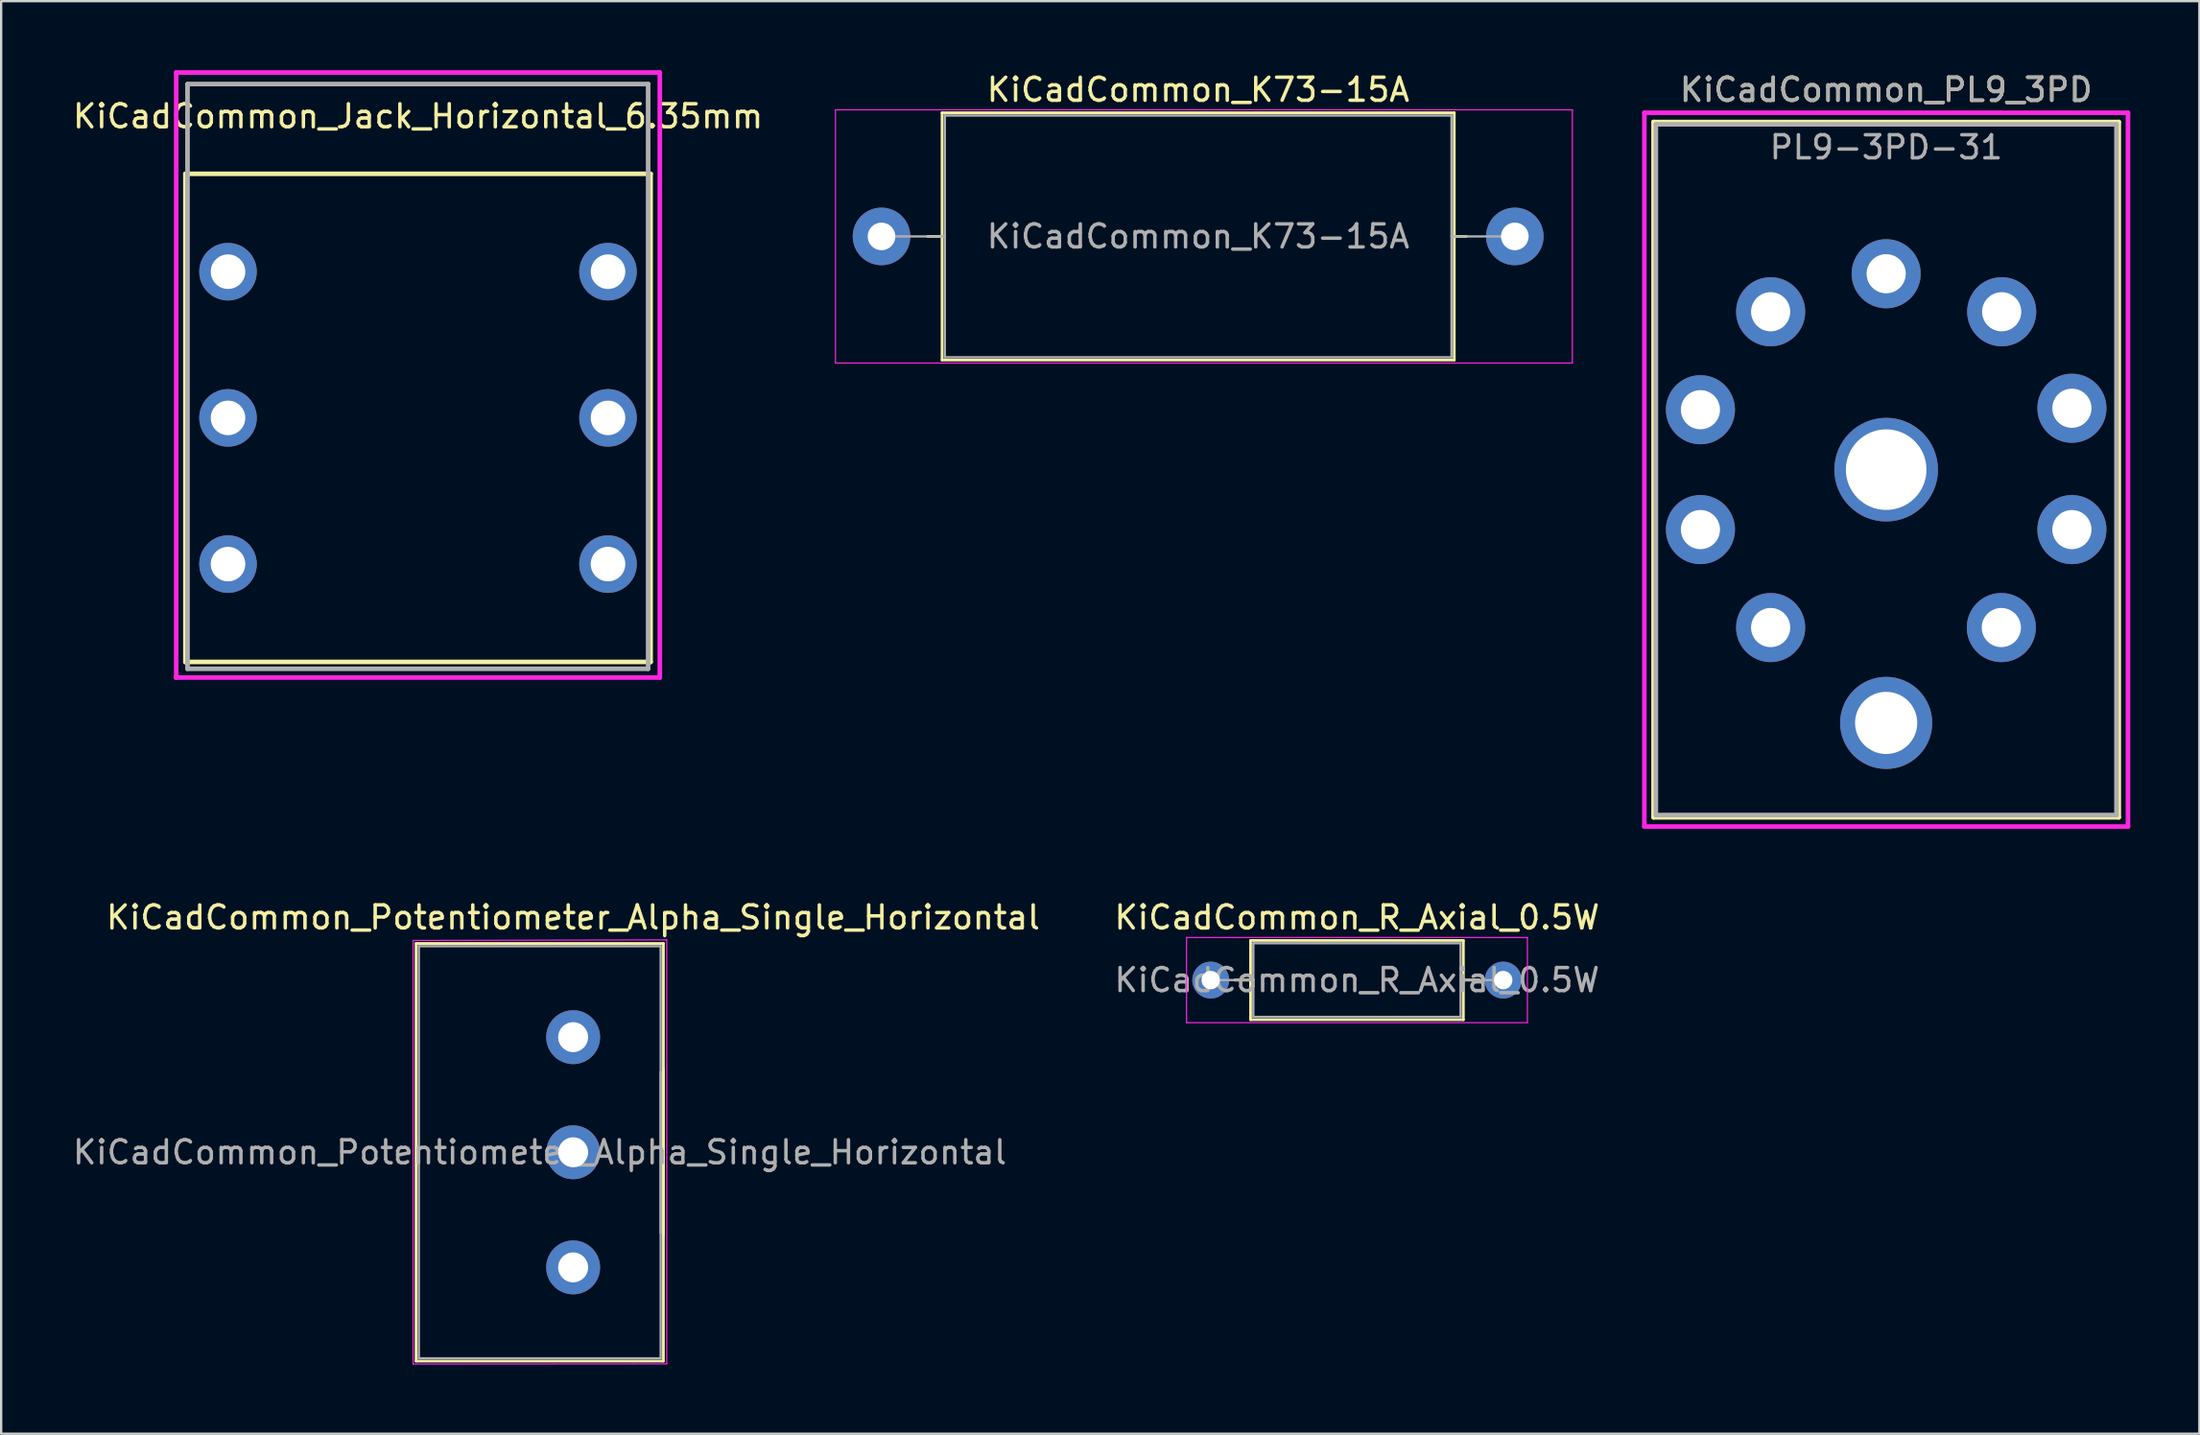
<source format=kicad_pcb>
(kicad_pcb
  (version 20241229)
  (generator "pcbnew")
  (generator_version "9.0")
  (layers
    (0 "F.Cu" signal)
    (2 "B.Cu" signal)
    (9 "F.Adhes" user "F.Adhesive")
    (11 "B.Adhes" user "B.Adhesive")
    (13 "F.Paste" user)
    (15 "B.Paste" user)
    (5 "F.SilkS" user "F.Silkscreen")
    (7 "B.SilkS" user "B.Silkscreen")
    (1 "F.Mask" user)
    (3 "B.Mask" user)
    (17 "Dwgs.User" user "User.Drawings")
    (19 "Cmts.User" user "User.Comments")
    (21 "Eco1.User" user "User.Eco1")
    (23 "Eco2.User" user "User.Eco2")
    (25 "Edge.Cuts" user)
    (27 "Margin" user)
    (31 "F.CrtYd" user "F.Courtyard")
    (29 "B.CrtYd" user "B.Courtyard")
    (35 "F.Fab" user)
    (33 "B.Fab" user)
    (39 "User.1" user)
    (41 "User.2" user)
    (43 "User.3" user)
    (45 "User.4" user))
  (footprint "KiCadCommon_PL9_3PD"
    (layer "F.Cu")
    (at 78.852 17.348)
    (property "Reference" "KiCadCommon_PL9_3PD" (at 0 -16.5 0) (layer "F.SilkS") (effects (font (size 1 1) (thickness 0.15))))
    (attr through_hole)
    (fp_line (start -10.1 -15.1) (end -10.1 15.1) (stroke (width 0.2) (type solid)) (layer "F.SilkS"))
    (fp_line (start -10.1 15.1) (end 10.1 15.1) (stroke (width 0.2) (type solid)) (layer "F.SilkS"))
    (fp_line (start 10.1 -15.1) (end -10.1 -15.1) (stroke (width 0.2) (type solid)) (layer "F.SilkS"))
    (fp_line (start 10.1 15.1) (end 10.1 -15.1) (stroke (width 0.2) (type solid)) (layer "F.SilkS"))
    (fp_line (start -10.5 -15.5) (end -10.5 15.5) (stroke (width 0.2) (type solid)) (layer "F.CrtYd"))
    (fp_line (start -10.5 15.5) (end 10.5 15.5) (stroke (width 0.2) (type solid)) (layer "F.CrtYd"))
    (fp_line (start 10.5 -15.5) (end -10.5 -15.5) (stroke (width 0.2) (type solid)) (layer "F.CrtYd"))
    (fp_line (start 10.5 15.5) (end 10.5 -15.5) (stroke (width 0.2) (type solid)) (layer "F.CrtYd"))
    (fp_line (start -10 -15) (end -10 15) (stroke (width 0.2) (type solid)) (layer "F.Fab"))
    (fp_line (start -10 15) (end 10 15) (stroke (width 0.2) (type solid)) (layer "F.Fab"))
    (fp_line (start 10 -15) (end -10 -15) (stroke (width 0.2) (type solid)) (layer "F.Fab"))
    (fp_line (start 10 15) (end 10 -15) (stroke (width 0.2) (type solid)) (layer "F.Fab"))
    (fp_text user "${REFERENCE}" (at 0 -16.5 0) (layer "F.Fab") (effects (font (size 1 1) (thickness 0.15))))
    (fp_text user "PL9-3PD-31" (at 0 -14 0) (layer "F.Fab") (effects (font (size 1 1) (thickness 0.15))))
    (pad "1" thru_hole circle (at 5 6.858) (size 3 3) (drill 1.7) (layers "*.Cu" "*.Mask"))
    (pad "2" thru_hole circle (at 8.065 2.603) (size 3 3) (drill 1.7) (layers "*.Cu" "*.Mask"))
    (pad "3" thru_hole circle (at 8.065 -2.667) (size 3 3) (drill 1.7) (layers "*.Cu" "*.Mask"))
    (pad "4" thru_hole circle (at 5.016 -6.858) (size 3 3) (drill 1.7) (layers "*.Cu" "*.Mask"))
    (pad "5" thru_hole circle (at 0 -8.509) (size 3 3) (drill 1.7) (layers "*.Cu" "*.Mask"))
    (pad "6" thru_hole circle (at -5.016 -6.858) (size 3 3) (drill 1.7) (layers "*.Cu" "*.Mask"))
    (pad "7" thru_hole circle (at -8.065 -2.603) (size 3 3) (drill 1.7) (layers "*.Cu" "*.Mask"))
    (pad "8" thru_hole circle (at -8.065 2.603) (size 3 3) (drill 1.7) (layers "*.Cu" "*.Mask"))
    (pad "9" thru_hole circle (at -5.016 6.858) (size 3 3) (drill 1.7) (layers "*.Cu" "*.Mask"))
    (pad "10" thru_hole circle (at 0 11) (size 4 4) (drill 2.7) (layers "*.Cu" "*.Mask"))
    (pad "11" thru_hole circle (at 0 0) (size 4.5 4.5) (drill 3.5) (layers "*.Cu" "*.Mask")))
  (footprint "KiCadCommon_K73-15A"
    (layer "F.Cu")
    (at 35.227 7.218)
    (property "Reference" "KiCadCommon_K73-15A" (at 13.75 -6.37 0) (layer "F.SilkS") (effects (font (size 1 1) (thickness 0.15))))
    (attr through_hole)
    (fp_line (start 2 0) (end 2.63 0) (stroke (width 0.12) (type solid)) (layer "F.SilkS"))
    (fp_line (start 2.63 -5.37) (end 2.63 5.37) (stroke (width 0.12) (type solid)) (layer "F.SilkS"))
    (fp_line (start 2.63 5.37) (end 24.87 5.37) (stroke (width 0.12) (type solid)) (layer "F.SilkS"))
    (fp_line (start 24.87 -5.37) (end 2.63 -5.37) (stroke (width 0.12) (type solid)) (layer "F.SilkS"))
    (fp_line (start 24.87 5.37) (end 24.87 -5.37) (stroke (width 0.12) (type solid)) (layer "F.SilkS"))
    (fp_line (start 25.4 0) (end 24.87 0) (stroke (width 0.12) (type solid)) (layer "F.SilkS"))
    (fp_line (start -2 -5.5) (end -2 5.5) (stroke (width 0.05) (type solid)) (layer "F.CrtYd"))
    (fp_line (start -2 5.5) (end 30 5.5) (stroke (width 0.05) (type solid)) (layer "F.CrtYd"))
    (fp_line (start 30 -5.5) (end -2 -5.5) (stroke (width 0.05) (type solid)) (layer "F.CrtYd"))
    (fp_line (start 30 5.5) (end 30 -5.5) (stroke (width 0.05) (type solid)) (layer "F.CrtYd"))
    (fp_line (start 0 0) (end 2.75 0) (stroke (width 0.1) (type solid)) (layer "F.Fab"))
    (fp_line (start 2.75 -5.25) (end 2.75 5.25) (stroke (width 0.1) (type solid)) (layer "F.Fab"))
    (fp_line (start 2.75 5.25) (end 24.75 5.25) (stroke (width 0.1) (type solid)) (layer "F.Fab"))
    (fp_line (start 24.75 -5.25) (end 2.75 -5.25) (stroke (width 0.1) (type solid)) (layer "F.Fab"))
    (fp_line (start 24.75 5.25) (end 24.75 -5.25) (stroke (width 0.1) (type solid)) (layer "F.Fab"))
    (fp_line (start 27.5 0) (end 24.75 0) (stroke (width 0.1) (type solid)) (layer "F.Fab"))
    (fp_text user "${REFERENCE}" (at 13.75 0 0) (layer "F.Fab") (effects (font (size 1 1) (thickness 0.15))))
    (pad "1" thru_hole circle (at 0 0) (size 2.5 2.5) (drill 1.2) (layers "*.Cu" "*.Mask"))
    (pad "2" thru_hole circle (at 27.5 0) (size 2.5 2.5) (drill 1.2) (layers "*.Cu" "*.Mask")))
  (footprint "KiCadCommon_R_Axial_0.5W"
    (layer "F.Cu")
    (at 49.523 39.517)
    (property "Reference" "KiCadCommon_R_Axial_0.5W" (at 6.35 -2.72 0) (layer "F.SilkS") (effects (font (size 1 1) (thickness 0.15))))
    (attr through_hole)
    (fp_line (start 1.04 0) (end 1.73 0) (stroke (width 0.12) (type solid)) (layer "F.SilkS"))
    (fp_line (start 1.73 -1.72) (end 1.73 1.72) (stroke (width 0.12) (type solid)) (layer "F.SilkS"))
    (fp_line (start 1.73 1.72) (end 10.97 1.72) (stroke (width 0.12) (type solid)) (layer "F.SilkS"))
    (fp_line (start 10.97 -1.72) (end 1.73 -1.72) (stroke (width 0.12) (type solid)) (layer "F.SilkS"))
    (fp_line (start 10.97 1.72) (end 10.97 -1.72) (stroke (width 0.12) (type solid)) (layer "F.SilkS"))
    (fp_line (start 11.66 0) (end 10.97 0) (stroke (width 0.12) (type solid)) (layer "F.SilkS"))
    (fp_line (start -1.05 -1.85) (end -1.05 1.85) (stroke (width 0.05) (type solid)) (layer "F.CrtYd"))
    (fp_line (start -1.05 1.85) (end 13.75 1.85) (stroke (width 0.05) (type solid)) (layer "F.CrtYd"))
    (fp_line (start 13.75 -1.85) (end -1.05 -1.85) (stroke (width 0.05) (type solid)) (layer "F.CrtYd"))
    (fp_line (start 13.75 1.85) (end 13.75 -1.85) (stroke (width 0.05) (type solid)) (layer "F.CrtYd"))
    (fp_line (start 0 0) (end 1.85 0) (stroke (width 0.1) (type solid)) (layer "F.Fab"))
    (fp_line (start 1.85 -1.6) (end 1.85 1.6) (stroke (width 0.1) (type solid)) (layer "F.Fab"))
    (fp_line (start 1.85 1.6) (end 10.85 1.6) (stroke (width 0.1) (type solid)) (layer "F.Fab"))
    (fp_line (start 10.85 -1.6) (end 1.85 -1.6) (stroke (width 0.1) (type solid)) (layer "F.Fab"))
    (fp_line (start 10.85 1.6) (end 10.85 -1.6) (stroke (width 0.1) (type solid)) (layer "F.Fab"))
    (fp_line (start 12.7 0) (end 10.85 0) (stroke (width 0.1) (type solid)) (layer "F.Fab"))
    (fp_text user "${REFERENCE}" (at 6.35 0 0) (layer "F.Fab") (effects (font (size 1 1) (thickness 0.15))))
    (pad "1" thru_hole circle (at 0 0) (size 1.6 1.6) (drill 0.8) (layers "*.Cu" "*.Mask"))
    (pad "2" thru_hole oval (at 12.7 0) (size 1.6 1.6) (drill 0.8) (layers "*.Cu" "*.Mask")))
  (footprint "KiCadCommon_Jack_Horizontal_6.35mm"
    (layer "F.Cu")
    (at 15.101 15.1)
    (property "Reference" "KiCadCommon_Jack_Horizontal_6.35mm" (at 0 -13.1 0) (layer "F.SilkS") (effects (font (size 1 1) (thickness 0.15))))
    (attr through_hole)
    (fp_line (start -10.1 -10.6) (end -10.1 10.6) (stroke (width 0.2) (type solid)) (layer "F.SilkS"))
    (fp_line (start -10.1 10.6) (end 10.1 10.6) (stroke (width 0.2) (type solid)) (layer "F.SilkS"))
    (fp_line (start 10.1 -10.6) (end -10.1 -10.6) (stroke (width 0.2) (type solid)) (layer "F.SilkS"))
    (fp_line (start 10.1 10.6) (end 10.1 -10.6) (stroke (width 0.2) (type solid)) (layer "F.SilkS"))
    (fp_line (start -10.516 11.278) (end 10.484 11.278) (stroke (width 0.2) (type solid)) (layer "F.CrtYd"))
    (fp_line (start -10.5 -15) (end -10.5 11.278) (stroke (width 0.2) (type solid)) (layer "F.CrtYd"))
    (fp_line (start -10.5 -15) (end 10.5 -15) (stroke (width 0.2) (type solid)) (layer "F.CrtYd"))
    (fp_line (start 10.5 -15) (end 10.5 11.278) (stroke (width 0.2) (type solid)) (layer "F.CrtYd"))
    (fp_line (start -10.008 10.897) (end -10.008 -14.5) (stroke (width 0.2) (type solid)) (layer "F.Fab"))
    (fp_line (start -10.008 10.897) (end 9.992 10.897) (stroke (width 0.2) (type solid)) (layer "F.Fab"))
    (fp_line (start -10 -14.5) (end 10 -14.5) (stroke (width 0.2) (type solid)) (layer "F.Fab"))
    (fp_line (start 9.992 10.897) (end 9.992 -14.5) (stroke (width 0.2) (type solid)) (layer "F.Fab"))
    (pad "1" thru_hole circle (at 8.25 -6.35) (size 2.5 2.5) (drill 1.5) (layers "*.Cu" "*.Mask"))
    (pad "2" thru_hole circle (at -8.25 -6.35) (size 2.5 2.5) (drill 1.5) (layers "*.Cu" "*.Mask"))
    (pad "3" thru_hole circle (at 8.25 0) (size 2.5 2.5) (drill 1.5) (layers "*.Cu" "*.Mask"))
    (pad "4" thru_hole circle (at -8.25 0) (size 2.5 2.5) (drill 1.5) (layers "*.Cu" "*.Mask"))
    (pad "5" thru_hole circle (at 8.25 6.35) (size 2.5 2.5) (drill 1.5) (layers "*.Cu" "*.Mask"))
    (pad "6" thru_hole circle (at -8.25 6.35) (size 2.5 2.5) (drill 1.5) (layers "*.Cu" "*.Mask")))
  (footprint "KiCadCommon_Potentiometer_Alpha_Single_Horizontal"
    (layer "F.Cu")
    (at 21.837 51.996)
    (property "Reference" "KiCadCommon_Potentiometer_Alpha_Single_Horizontal" (at 0 -15.2 0) (layer "F.SilkS") (effects (font (size 1 1) (thickness 0.15))))
    (attr through_hole)
    (fp_line (start -6.82 -14.07) (end -6.82 4.07) (stroke (width 0.12) (type solid)) (layer "F.SilkS"))
    (fp_line (start -6.82 -14.07) (end 3.92 -14.07) (stroke (width 0.12) (type solid)) (layer "F.SilkS"))
    (fp_line (start -6.82 4.07) (end 3.92 4.07) (stroke (width 0.12) (type solid)) (layer "F.SilkS"))
    (fp_line (start 3.92 -14.07) (end 3.92 4.07) (stroke (width 0.12) (type solid)) (layer "F.SilkS"))
    (fp_line (start 3.92 -8.62) (end 3.92 -1.38) (stroke (width 0.12) (type solid)) (layer "F.SilkS"))
    (fp_line (start -6.95 -14.2) (end -6.95 4.2) (stroke (width 0.05) (type solid)) (layer "F.CrtYd"))
    (fp_line (start -6.95 4.2) (end 4.064 4.191) (stroke (width 0.05) (type solid)) (layer "F.CrtYd"))
    (fp_line (start 4.064 -14.224) (end -6.95 -14.2) (stroke (width 0.05) (type solid)) (layer "F.CrtYd"))
    (fp_line (start 4.064 4.191) (end 4.064 -14.224) (stroke (width 0.05) (type solid)) (layer "F.CrtYd"))
    (fp_line (start -6.7 -13.95) (end -6.7 3.95) (stroke (width 0.1) (type solid)) (layer "F.Fab"))
    (fp_line (start -6.7 3.95) (end 3.8 3.95) (stroke (width 0.1) (type solid)) (layer "F.Fab"))
    (fp_line (start 3.8 -13.95) (end -6.7 -13.95) (stroke (width 0.1) (type solid)) (layer "F.Fab"))
    (fp_line (start 3.8 -8.5) (end 3.8 -1.5) (stroke (width 0.1) (type solid)) (layer "F.Fab"))
    (fp_line (start 3.8 3.95) (end 3.8 -13.95) (stroke (width 0.1) (type solid)) (layer "F.Fab"))
    (fp_text user "${REFERENCE}" (at -1.45 -5 0) (layer "F.Fab") (effects (font (size 1 1) (thickness 0.15))))
    (pad "1" thru_hole circle (at 0 0) (size 2.34 2.34) (drill 1.3) (layers "*.Cu" "*.Mask"))
    (pad "2" thru_hole circle (at 0 -5) (size 2.34 2.34) (drill 1.3) (layers "*.Cu" "*.Mask"))
    (pad "3" thru_hole circle (at 0 -10) (size 2.34 2.34) (drill 1.3) (layers "*.Cu" "*.Mask")))
  (gr_rect
    (start -3 -3)
    (end 92.452 59.221)
    (stroke (width 0.1) (type default))
    (fill no)
    (layer "Edge.Cuts")))
</source>
